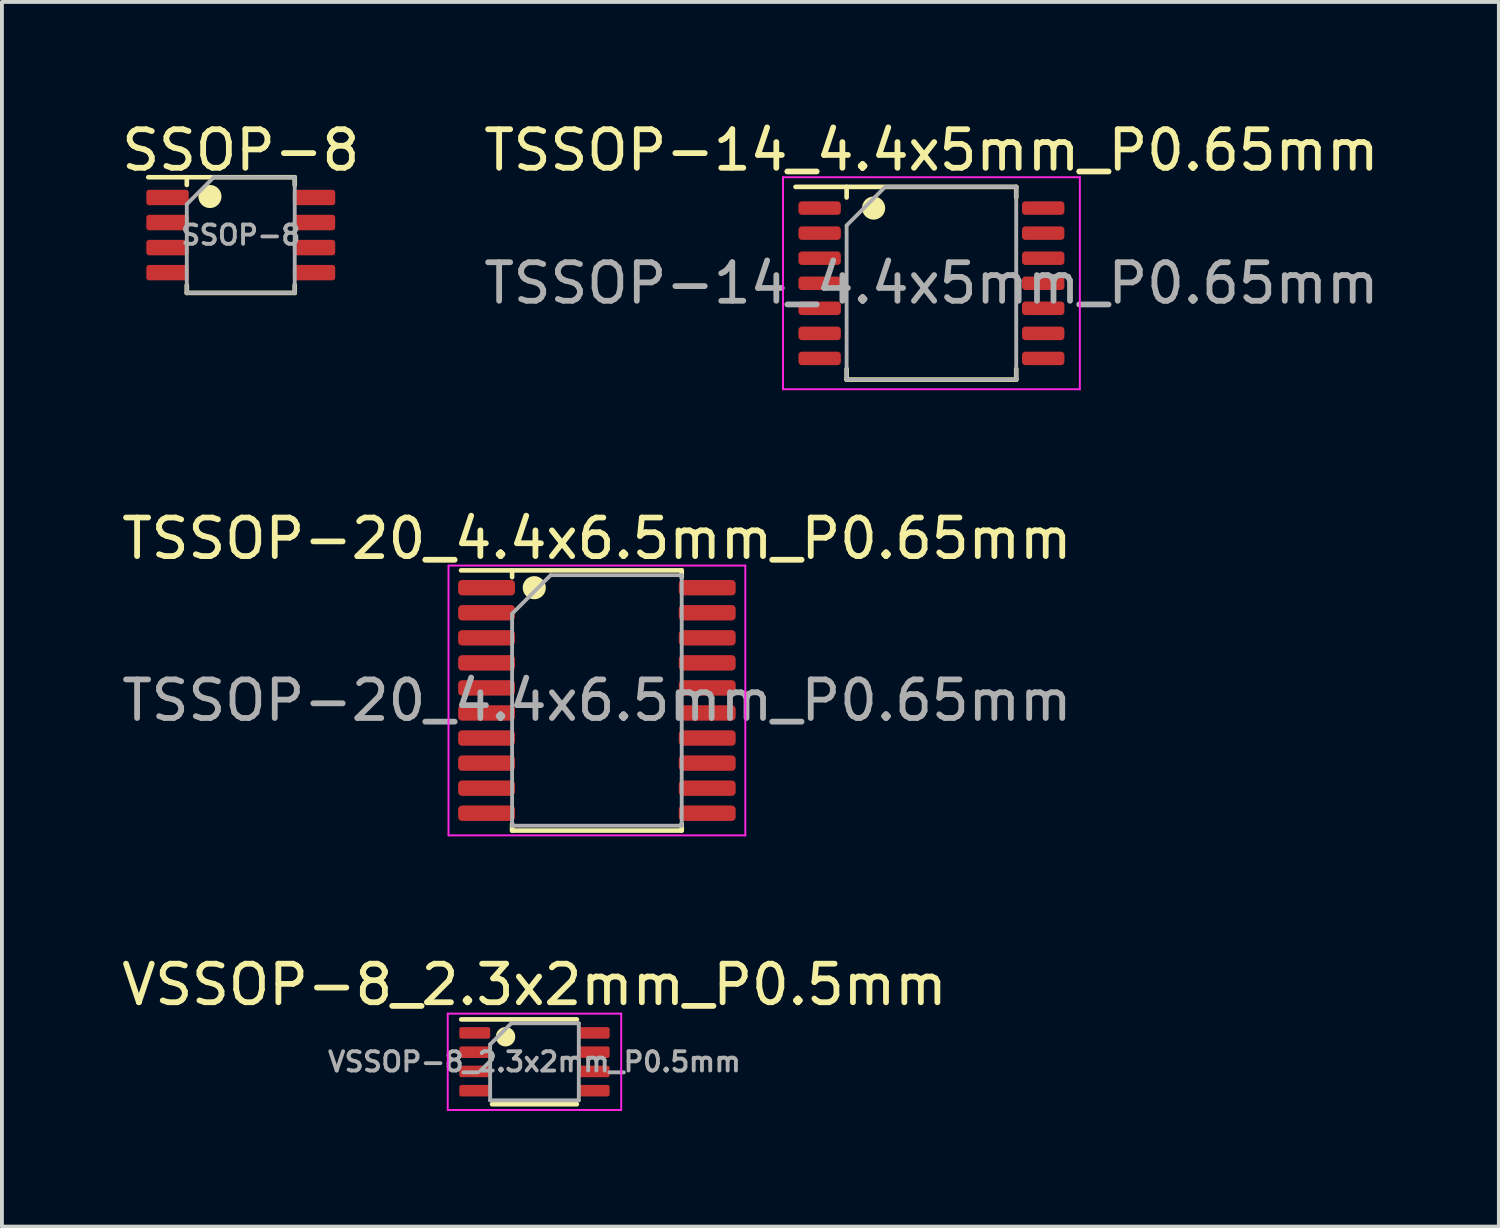
<source format=kicad_pcb>
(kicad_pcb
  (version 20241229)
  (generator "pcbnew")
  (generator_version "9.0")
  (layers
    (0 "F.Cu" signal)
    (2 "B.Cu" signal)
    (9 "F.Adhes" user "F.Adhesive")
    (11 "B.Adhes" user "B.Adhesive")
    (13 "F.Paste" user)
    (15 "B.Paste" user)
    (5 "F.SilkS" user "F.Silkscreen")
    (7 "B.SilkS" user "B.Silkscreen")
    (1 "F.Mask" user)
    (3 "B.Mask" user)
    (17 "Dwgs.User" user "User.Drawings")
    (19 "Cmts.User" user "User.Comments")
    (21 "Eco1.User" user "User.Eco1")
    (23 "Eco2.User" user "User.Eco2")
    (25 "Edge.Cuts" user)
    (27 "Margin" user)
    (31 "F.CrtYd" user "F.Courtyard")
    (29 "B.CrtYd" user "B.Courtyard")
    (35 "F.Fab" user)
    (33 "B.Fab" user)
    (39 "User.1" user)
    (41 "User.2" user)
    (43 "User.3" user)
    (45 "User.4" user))
  (footprint "VSSOP-8_2.3x2mm_P0.5mm"
    (layer "F.Cu")
    (at 10.815 24.495)
    (property "Reference" "VSSOP-8_2.3x2mm_P0.5mm" (at 0 -2 0) (layer "F.SilkS") (effects (font (size 1 1) (thickness 0.15))))
    (attr smd)
    (fp_line (start 1.1 -1.1) (end -1.9 -1.1) (stroke (width 0.12) (type solid)) (layer "F.SilkS"))
    (fp_line (start 1.1 1.1) (end -1.1 1.1) (stroke (width 0.12) (type solid)) (layer "F.SilkS"))
    (fp_circle (center -0.75 -0.65) (end -0.623 -0.65) (stroke (width 0.25) (type solid)) (fill no) (layer "F.SilkS"))
    (fp_line (start -2.25 -1.25) (end 2.25 -1.25) (stroke (width 0.05) (type solid)) (layer "F.CrtYd"))
    (fp_line (start -2.25 1.25) (end -2.25 -1.25) (stroke (width 0.05) (type solid)) (layer "F.CrtYd"))
    (fp_line (start 2.25 -1.25) (end 2.25 1.25) (stroke (width 0.05) (type solid)) (layer "F.CrtYd"))
    (fp_line (start 2.25 1.25) (end -2.25 1.25) (stroke (width 0.05) (type solid)) (layer "F.CrtYd"))
    (fp_line (start -1.15 1) (end -1.15 -0.45) (stroke (width 0.1) (type solid)) (layer "F.Fab"))
    (fp_line (start -0.6 -1) (end -1.15 -0.45) (stroke (width 0.1) (type solid)) (layer "F.Fab"))
    (fp_line (start -0.6 -1) (end 1.15 -1) (stroke (width 0.1) (type solid)) (layer "F.Fab"))
    (fp_line (start 1.15 -1) (end 1.15 1) (stroke (width 0.1) (type solid)) (layer "F.Fab"))
    (fp_line (start 1.15 1) (end -1.15 1) (stroke (width 0.1) (type solid)) (layer "F.Fab"))
    (fp_text user "${REFERENCE}" (at 0 0 0) (layer "F.Fab") (effects (font (size 0.5 0.5) (thickness 0.1))))
    (pad "1" smd roundrect (at -1.55 -0.75 270) (size 0.3 0.8) (layers "F.Cu" "F.Mask" "F.Paste") (roundrect_rratio 0.18))
    (pad "2" smd roundrect (at -1.55 -0.25 270) (size 0.3 0.8) (layers "F.Cu" "F.Mask" "F.Paste") (roundrect_rratio 0.18))
    (pad "3" smd roundrect (at -1.55 0.25 270) (size 0.3 0.8) (layers "F.Cu" "F.Mask" "F.Paste") (roundrect_rratio 0.18))
    (pad "4" smd roundrect (at -1.55 0.75 270) (size 0.3 0.8) (layers "F.Cu" "F.Mask" "F.Paste") (roundrect_rratio 0.18))
    (pad "5" smd roundrect (at 1.55 0.75 270) (size 0.3 0.8) (layers "F.Cu" "F.Mask" "F.Paste") (roundrect_rratio 0.18))
    (pad "6" smd roundrect (at 1.55 0.25 270) (size 0.3 0.8) (layers "F.Cu" "F.Mask" "F.Paste") (roundrect_rratio 0.18))
    (pad "7" smd roundrect (at 1.55 -0.25 270) (size 0.3 0.8) (layers "F.Cu" "F.Mask" "F.Paste") (roundrect_rratio 0.18))
    (pad "8" smd roundrect (at 1.55 -0.75 270) (size 0.3 0.8) (layers "F.Cu" "F.Mask" "F.Paste") (roundrect_rratio 0.18)))
  (footprint "TSSOP-20_4.4x6.5mm_P0.65mm"
    (layer "F.Cu")
    (at 12.435 15.121)
    (property "Reference" "TSSOP-20_4.4x6.5mm_P0.65mm" (at 0 -4.2 0) (layer "F.SilkS") (effects (font (size 1 1) (thickness 0.15))))
    (attr smd)
    (fp_line (start -3.525 -3.375) (end 2.2 -3.375) (stroke (width 0.12) (type solid)) (layer "F.SilkS"))
    (fp_line (start -2.2 -3.375) (end -2.2 -3.2) (stroke (width 0.12) (type solid)) (layer "F.SilkS"))
    (fp_line (start -2.2 3.375) (end -2.2 3.2) (stroke (width 0.12) (type solid)) (layer "F.SilkS"))
    (fp_line (start -2.2 3.375) (end 2.2 3.375) (stroke (width 0.12) (type solid)) (layer "F.SilkS"))
    (fp_line (start 2.2 -3.375) (end 2.2 -3.2) (stroke (width 0.12) (type solid)) (layer "F.SilkS"))
    (fp_line (start 2.2 3.375) (end 2.2 3.2) (stroke (width 0.12) (type solid)) (layer "F.SilkS"))
    (fp_circle (center -1.625 -2.925) (end -1.475 -2.925) (stroke (width 0.3) (type solid)) (fill no) (layer "F.SilkS"))
    (fp_line (start -3.85 -3.5) (end -3.85 3.5) (stroke (width 0.05) (type solid)) (layer "F.CrtYd"))
    (fp_line (start -3.85 3.5) (end 3.85 3.5) (stroke (width 0.05) (type solid)) (layer "F.CrtYd"))
    (fp_line (start 3.85 -3.5) (end -3.85 -3.5) (stroke (width 0.05) (type solid)) (layer "F.CrtYd"))
    (fp_line (start 3.85 3.5) (end 3.85 -3.5) (stroke (width 0.05) (type solid)) (layer "F.CrtYd"))
    (fp_line (start -2.2 -2.25) (end -1.2 -3.25) (stroke (width 0.1) (type solid)) (layer "F.Fab"))
    (fp_line (start -2.2 3.25) (end -2.2 -2.25) (stroke (width 0.1) (type solid)) (layer "F.Fab"))
    (fp_line (start -1.2 -3.25) (end 2.2 -3.25) (stroke (width 0.1) (type solid)) (layer "F.Fab"))
    (fp_line (start 2.2 -3.25) (end 2.2 3.25) (stroke (width 0.1) (type solid)) (layer "F.Fab"))
    (fp_line (start 2.2 3.25) (end -2.2 3.25) (stroke (width 0.1) (type solid)) (layer "F.Fab"))
    (fp_text user "${REFERENCE}" (at 0 0 0) (layer "F.Fab") (effects (font (size 1 1) (thickness 0.15))))
    (pad "1" smd roundrect (at -2.862 -2.925) (size 1.475 0.4) (layers "F.Cu" "F.Mask" "F.Paste") (roundrect_rratio 0.25))
    (pad "2" smd roundrect (at -2.862 -2.275) (size 1.475 0.4) (layers "F.Cu" "F.Mask" "F.Paste") (roundrect_rratio 0.25))
    (pad "3" smd roundrect (at -2.862 -1.625) (size 1.475 0.4) (layers "F.Cu" "F.Mask" "F.Paste") (roundrect_rratio 0.25))
    (pad "4" smd roundrect (at -2.862 -0.975) (size 1.475 0.4) (layers "F.Cu" "F.Mask" "F.Paste") (roundrect_rratio 0.25))
    (pad "5" smd roundrect (at -2.862 -0.325) (size 1.475 0.4) (layers "F.Cu" "F.Mask" "F.Paste") (roundrect_rratio 0.25))
    (pad "6" smd roundrect (at -2.862 0.325) (size 1.475 0.4) (layers "F.Cu" "F.Mask" "F.Paste") (roundrect_rratio 0.25))
    (pad "7" smd roundrect (at -2.862 0.975) (size 1.475 0.4) (layers "F.Cu" "F.Mask" "F.Paste") (roundrect_rratio 0.25))
    (pad "8" smd roundrect (at -2.862 1.625) (size 1.475 0.4) (layers "F.Cu" "F.Mask" "F.Paste") (roundrect_rratio 0.25))
    (pad "9" smd roundrect (at -2.862 2.275) (size 1.475 0.4) (layers "F.Cu" "F.Mask" "F.Paste") (roundrect_rratio 0.25))
    (pad "10" smd roundrect (at -2.862 2.925) (size 1.475 0.4) (layers "F.Cu" "F.Mask" "F.Paste") (roundrect_rratio 0.25))
    (pad "11" smd roundrect (at 2.862 2.925) (size 1.475 0.4) (layers "F.Cu" "F.Mask" "F.Paste") (roundrect_rratio 0.25))
    (pad "12" smd roundrect (at 2.862 2.275) (size 1.475 0.4) (layers "F.Cu" "F.Mask" "F.Paste") (roundrect_rratio 0.25))
    (pad "13" smd roundrect (at 2.862 1.625) (size 1.475 0.4) (layers "F.Cu" "F.Mask" "F.Paste") (roundrect_rratio 0.25))
    (pad "14" smd roundrect (at 2.862 0.975) (size 1.475 0.4) (layers "F.Cu" "F.Mask" "F.Paste") (roundrect_rratio 0.25))
    (pad "15" smd roundrect (at 2.862 0.325) (size 1.475 0.4) (layers "F.Cu" "F.Mask" "F.Paste") (roundrect_rratio 0.25))
    (pad "16" smd roundrect (at 2.862 -0.325) (size 1.475 0.4) (layers "F.Cu" "F.Mask" "F.Paste") (roundrect_rratio 0.25))
    (pad "17" smd roundrect (at 2.862 -0.975) (size 1.475 0.4) (layers "F.Cu" "F.Mask" "F.Paste") (roundrect_rratio 0.25))
    (pad "18" smd roundrect (at 2.862 -1.625) (size 1.475 0.4) (layers "F.Cu" "F.Mask" "F.Paste") (roundrect_rratio 0.25))
    (pad "19" smd roundrect (at 2.862 -2.275) (size 1.475 0.4) (layers "F.Cu" "F.Mask" "F.Paste") (roundrect_rratio 0.25))
    (pad "20" smd roundrect (at 2.862 -2.925) (size 1.475 0.4) (layers "F.Cu" "F.Mask" "F.Paste") (roundrect_rratio 0.25)))
  (footprint "SSOP-8"
    (layer "F.Cu")
    (at 3.196 3.048)
    (property "Reference" "SSOP-8" (at 0 -2.2 0) (layer "F.SilkS") (effects (font (size 1 1) (thickness 0.15))))
    (attr smd)
    (fp_line (start -1.4 -1.5) (end -1.4 -1.3) (stroke (width 0.12) (type solid)) (layer "F.SilkS"))
    (fp_line (start -1.4 1.5) (end -1.4 1.3) (stroke (width 0.12) (type solid)) (layer "F.SilkS"))
    (fp_line (start 1.4 -1.5) (end -2.4 -1.5) (stroke (width 0.12) (type solid)) (layer "F.SilkS"))
    (fp_line (start 1.4 -1.5) (end 1.4 -1.3) (stroke (width 0.12) (type solid)) (layer "F.SilkS"))
    (fp_line (start 1.4 1.5) (end -1.4 1.5) (stroke (width 0.12) (type solid)) (layer "F.SilkS"))
    (fp_line (start 1.4 1.5) (end 1.4 1.3) (stroke (width 0.12) (type solid)) (layer "F.SilkS"))
    (fp_circle (center -0.8 -1) (end -0.65 -1) (stroke (width 0.3) (type solid)) (fill no) (layer "F.SilkS"))
    (fp_line (start -1.4 -0.8) (end -0.7 -1.5) (stroke (width 0.1) (type solid)) (layer "F.Fab"))
    (fp_line (start -1.4 1.5) (end -1.4 -0.8) (stroke (width 0.1) (type solid)) (layer "F.Fab"))
    (fp_line (start -0.7 -1.5) (end 1.4 -1.5) (stroke (width 0.1) (type solid)) (layer "F.Fab"))
    (fp_line (start 1.4 -1.5) (end 1.4 1.5) (stroke (width 0.1) (type solid)) (layer "F.Fab"))
    (fp_line (start 1.4 1.5) (end -1.4 1.5) (stroke (width 0.1) (type solid)) (layer "F.Fab"))
    (fp_text user "${REFERENCE}" (at 0 0 0) (layer "F.Fab") (effects (font (size 0.5 0.5) (thickness 0.1))))
    (pad "1" smd roundrect (at -1.9 -0.975 270) (size 0.4 1.1) (layers "F.Cu" "F.Mask" "F.Paste") (roundrect_rratio 0.18))
    (pad "2" smd roundrect (at -1.9 -0.325 270) (size 0.4 1.1) (layers "F.Cu" "F.Mask" "F.Paste") (roundrect_rratio 0.18))
    (pad "3" smd roundrect (at -1.9 0.325 270) (size 0.4 1.1) (layers "F.Cu" "F.Mask" "F.Paste") (roundrect_rratio 0.18))
    (pad "4" smd roundrect (at -1.9 0.975 270) (size 0.4 1.1) (layers "F.Cu" "F.Mask" "F.Paste") (roundrect_rratio 0.18))
    (pad "5" smd roundrect (at 1.9 0.975 270) (size 0.4 1.1) (layers "F.Cu" "F.Mask" "F.Paste") (roundrect_rratio 0.18))
    (pad "6" smd roundrect (at 1.9 0.325 270) (size 0.4 1.1) (layers "F.Cu" "F.Mask" "F.Paste") (roundrect_rratio 0.18))
    (pad "7" smd roundrect (at 1.9 -0.325 270) (size 0.4 1.1) (layers "F.Cu" "F.Mask" "F.Paste") (roundrect_rratio 0.18))
    (pad "8" smd roundrect (at 1.9 -0.975 270) (size 0.4 1.1) (layers "F.Cu" "F.Mask" "F.Paste") (roundrect_rratio 0.18)))
  (footprint "TSSOP-14_4.4x5mm_P0.65mm"
    (layer "F.Cu")
    (at 21.113 4.298)
    (property "Reference" "TSSOP-14_4.4x5mm_P0.65mm" (at 0 -3.45 0) (layer "F.SilkS") (effects (font (size 1 1) (thickness 0.15))))
    (attr smd)
    (fp_line (start -3.525 -2.5) (end 2.2 -2.5) (stroke (width 0.12) (type solid)) (layer "F.SilkS"))
    (fp_line (start -2.2 -2.5) (end -2.2 -2.225) (stroke (width 0.12) (type solid)) (layer "F.SilkS"))
    (fp_line (start -2.2 2.5) (end -2.2 2.225) (stroke (width 0.12) (type solid)) (layer "F.SilkS"))
    (fp_line (start 2.2 -2.5) (end 2.2 -2.225) (stroke (width 0.12) (type solid)) (layer "F.SilkS"))
    (fp_line (start 2.2 2.5) (end -2.2 2.5) (stroke (width 0.12) (type solid)) (layer "F.SilkS"))
    (fp_line (start 2.2 2.5) (end 2.2 2.225) (stroke (width 0.12) (type solid)) (layer "F.SilkS"))
    (fp_circle (center -1.5 -1.95) (end -1.25 -1.95) (stroke (width 0.1) (type solid)) (fill yes) (layer "F.SilkS"))
    (fp_line (start -3.85 -2.75) (end -3.85 2.75) (stroke (width 0.05) (type solid)) (layer "F.CrtYd"))
    (fp_line (start -3.85 2.75) (end 3.85 2.75) (stroke (width 0.05) (type solid)) (layer "F.CrtYd"))
    (fp_line (start 3.85 -2.75) (end -3.85 -2.75) (stroke (width 0.05) (type solid)) (layer "F.CrtYd"))
    (fp_line (start 3.85 2.75) (end 3.85 -2.75) (stroke (width 0.05) (type solid)) (layer "F.CrtYd"))
    (fp_line (start -2.2 -1.5) (end -1.2 -2.5) (stroke (width 0.1) (type solid)) (layer "F.Fab"))
    (fp_line (start -2.2 2.5) (end -2.2 -1.5) (stroke (width 0.1) (type solid)) (layer "F.Fab"))
    (fp_line (start -1.2 -2.5) (end 2.2 -2.5) (stroke (width 0.1) (type solid)) (layer "F.Fab"))
    (fp_line (start 2.2 -2.5) (end 2.2 2.5) (stroke (width 0.1) (type solid)) (layer "F.Fab"))
    (fp_line (start 2.2 2.5) (end -2.2 2.5) (stroke (width 0.1) (type solid)) (layer "F.Fab"))
    (fp_text user "${REFERENCE}" (at 0 0 0) (layer "F.Fab") (effects (font (size 1 1) (thickness 0.15))))
    (pad "1" smd roundrect (at -2.9 -1.95) (size 1.1 0.35) (layers "F.Cu" "F.Mask" "F.Paste") (roundrect_rratio 0.25))
    (pad "2" smd roundrect (at -2.9 -1.3) (size 1.1 0.35) (layers "F.Cu" "F.Mask" "F.Paste") (roundrect_rratio 0.25))
    (pad "3" smd roundrect (at -2.9 -0.65) (size 1.1 0.35) (layers "F.Cu" "F.Mask" "F.Paste") (roundrect_rratio 0.25))
    (pad "4" smd roundrect (at -2.9 0) (size 1.1 0.35) (layers "F.Cu" "F.Mask" "F.Paste") (roundrect_rratio 0.25))
    (pad "5" smd roundrect (at -2.9 0.65) (size 1.1 0.35) (layers "F.Cu" "F.Mask" "F.Paste") (roundrect_rratio 0.25))
    (pad "6" smd roundrect (at -2.9 1.3) (size 1.1 0.35) (layers "F.Cu" "F.Mask" "F.Paste") (roundrect_rratio 0.25))
    (pad "7" smd roundrect (at -2.9 1.95) (size 1.1 0.35) (layers "F.Cu" "F.Mask" "F.Paste") (roundrect_rratio 0.25))
    (pad "8" smd roundrect (at 2.9 1.95) (size 1.1 0.35) (layers "F.Cu" "F.Mask" "F.Paste") (roundrect_rratio 0.25))
    (pad "9" smd roundrect (at 2.9 1.3) (size 1.1 0.35) (layers "F.Cu" "F.Mask" "F.Paste") (roundrect_rratio 0.25))
    (pad "10" smd roundrect (at 2.9 0.65) (size 1.1 0.35) (layers "F.Cu" "F.Mask" "F.Paste") (roundrect_rratio 0.25))
    (pad "11" smd roundrect (at 2.9 0) (size 1.1 0.35) (layers "F.Cu" "F.Mask" "F.Paste") (roundrect_rratio 0.25))
    (pad "12" smd roundrect (at 2.9 -0.65) (size 1.1 0.35) (layers "F.Cu" "F.Mask" "F.Paste") (roundrect_rratio 0.25))
    (pad "13" smd roundrect (at 2.9 -1.3) (size 1.1 0.35) (layers "F.Cu" "F.Mask" "F.Paste") (roundrect_rratio 0.25))
    (pad "14" smd roundrect (at 2.9 -1.95) (size 1.1 0.35) (layers "F.Cu" "F.Mask" "F.Paste") (roundrect_rratio 0.25)))
  (gr_rect
    (start -3 -3)
    (end 35.833 28.77)
    (stroke (width 0.1) (type default))
    (fill no)
    (layer "Edge.Cuts")))
</source>
